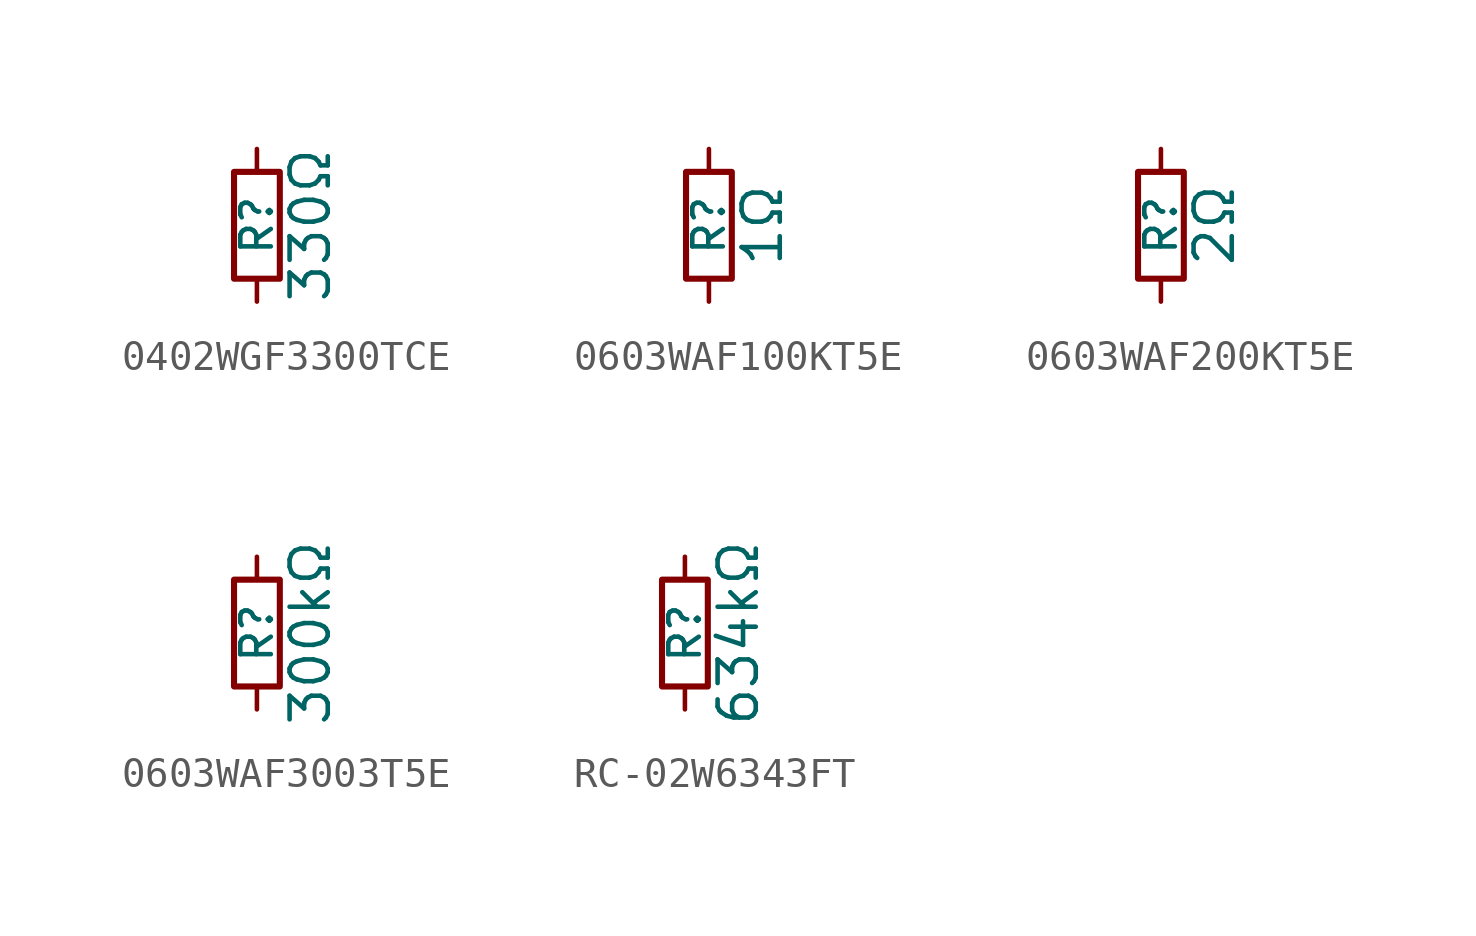
<source format=kicad_sym>
(kicad_symbol_lib
  (version 20241209)
  (generator "kicad_symbol_editor")
  (generator_version "9.0")
  (symbol "0402WGF3300TCE"
    (pin_numbers
      (hide yes))
    (pin_names
      (offset 0.254)
      (hide yes))
    (property "Reference" "R"
      (at 0 0 90)
      (effects (font (size 1.016 1.016))))
    (property "Value" "330Ω"
      (at 1.778 0 90)
      (effects (font (size 1.27 1.27))))
    (symbol "0402WGF3300TCE_0_1"
      (rectangle (start -0.762 1.778) (end 0.762 -1.778) (stroke (width 0.203) (type default)) (fill (type none))))
    (symbol "0402WGF3300TCE_1_1"
      (pin passive line (at 0 2.54 270) (length 0.762) (name "~" (effects (font (size 1.27 1.27)))) (number "1" (effects (font (size 1.27 1.27)))))
      (pin passive line (at 0 -2.54 90) (length 0.762) (name "~" (effects (font (size 1.27 1.27)))) (number "2" (effects (font (size 1.27 1.27)))))))
  (symbol "0603WAF100KT5E"
    (pin_numbers
      (hide yes))
    (pin_names
      (offset 0.254)
      (hide yes))
    (property "Reference" "R"
      (at 0 0 90)
      (effects (font (size 1.016 1.016))))
    (property "Value" "1Ω"
      (at 1.778 0 90)
      (effects (font (size 1.27 1.27))))
    (symbol "0603WAF100KT5E_0_1"
      (rectangle (start -0.762 1.778) (end 0.762 -1.778) (stroke (width 0.203) (type default)) (fill (type none))))
    (symbol "0603WAF100KT5E_1_1"
      (pin passive line (at 0 2.54 270) (length 0.762) (name "~" (effects (font (size 1.27 1.27)))) (number "1" (effects (font (size 1.27 1.27)))))
      (pin passive line (at 0 -2.54 90) (length 0.762) (name "~" (effects (font (size 1.27 1.27)))) (number "2" (effects (font (size 1.27 1.27)))))))
  (symbol "0603WAF200KT5E"
    (pin_numbers
      (hide yes))
    (pin_names
      (offset 0.254)
      (hide yes))
    (property "Reference" "R"
      (at 0 0 90)
      (effects (font (size 1.016 1.016))))
    (property "Value" "2Ω"
      (at 1.778 0 90)
      (effects (font (size 1.27 1.27))))
    (symbol "0603WAF200KT5E_0_1"
      (rectangle (start -0.762 1.778) (end 0.762 -1.778) (stroke (width 0.203) (type default)) (fill (type none))))
    (symbol "0603WAF200KT5E_1_1"
      (pin passive line (at 0 2.54 270) (length 0.762) (name "~" (effects (font (size 1.27 1.27)))) (number "1" (effects (font (size 1.27 1.27)))))
      (pin passive line (at 0 -2.54 90) (length 0.762) (name "~" (effects (font (size 1.27 1.27)))) (number "2" (effects (font (size 1.27 1.27)))))))
  (symbol "0603WAF3003T5E"
    (pin_numbers
      (hide yes))
    (pin_names
      (offset 0.254)
      (hide yes))
    (property "Reference" "R"
      (at 0 0 90)
      (effects (font (size 1.016 1.016))))
    (property "Value" "300kΩ"
      (at 1.778 0 90)
      (effects (font (size 1.27 1.27))))
    (symbol "0603WAF3003T5E_0_1"
      (rectangle (start -0.762 1.778) (end 0.762 -1.778) (stroke (width 0.203) (type default)) (fill (type none))))
    (symbol "0603WAF3003T5E_1_1"
      (pin passive line (at 0 2.54 270) (length 0.762) (name "~" (effects (font (size 1.27 1.27)))) (number "1" (effects (font (size 1.27 1.27)))))
      (pin passive line (at 0 -2.54 90) (length 0.762) (name "~" (effects (font (size 1.27 1.27)))) (number "2" (effects (font (size 1.27 1.27)))))))
  (symbol "RC-02W6343FT"
    (pin_numbers
      (hide yes))
    (pin_names
      (offset 0.254)
      (hide yes))
    (property "Reference" "R"
      (at 0 0 90)
      (effects (font (size 1.016 1.016))))
    (property "Value" "634kΩ"
      (at 1.778 0 90)
      (effects (font (size 1.27 1.27))))
    (symbol "RC-02W6343FT_0_1"
      (rectangle (start -0.762 1.778) (end 0.762 -1.778) (stroke (width 0.203) (type default)) (fill (type none))))
    (symbol "RC-02W6343FT_1_1"
      (pin passive line (at 0 2.54 270) (length 0.762) (name "~" (effects (font (size 1.27 1.27)))) (number "1" (effects (font (size 1.27 1.27)))))
      (pin passive line (at 0 -2.54 90) (length 0.762) (name "~" (effects (font (size 1.27 1.27)))) (number "2" (effects (font (size 1.27 1.27))))))))
</source>
